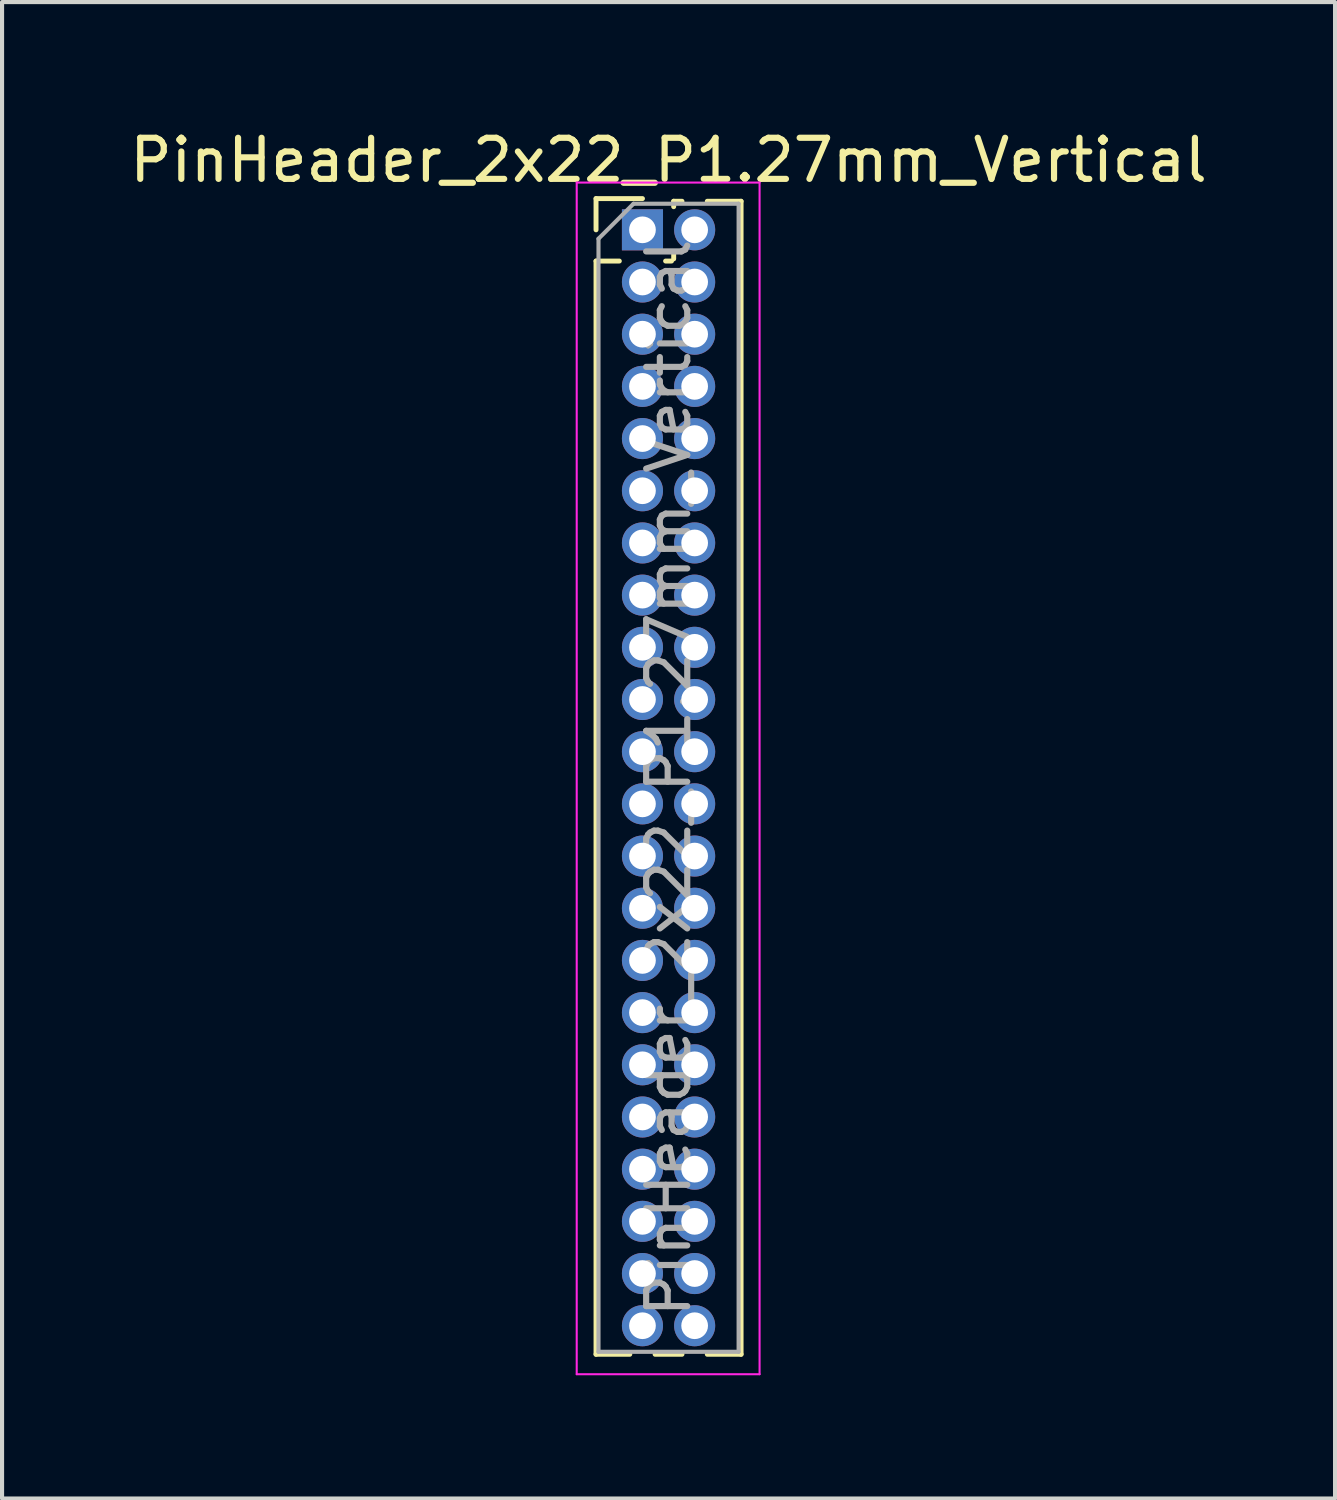
<source format=kicad_pcb>
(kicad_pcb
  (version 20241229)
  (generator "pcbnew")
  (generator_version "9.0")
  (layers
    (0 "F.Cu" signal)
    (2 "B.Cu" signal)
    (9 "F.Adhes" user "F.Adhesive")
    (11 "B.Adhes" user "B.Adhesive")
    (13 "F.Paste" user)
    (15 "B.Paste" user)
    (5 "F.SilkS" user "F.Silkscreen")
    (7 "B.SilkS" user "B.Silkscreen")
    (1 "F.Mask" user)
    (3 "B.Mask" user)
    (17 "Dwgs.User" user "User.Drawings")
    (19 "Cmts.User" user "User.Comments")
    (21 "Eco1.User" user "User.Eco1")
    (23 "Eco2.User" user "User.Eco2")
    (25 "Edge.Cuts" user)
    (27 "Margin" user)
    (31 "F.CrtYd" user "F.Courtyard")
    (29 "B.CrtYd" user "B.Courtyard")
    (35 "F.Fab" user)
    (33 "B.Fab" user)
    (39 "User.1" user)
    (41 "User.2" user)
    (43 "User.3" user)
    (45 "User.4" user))
  (footprint "PinHeader_2x22_P1.27mm_Vertical"
    (layer "F.Cu")
    (at 12.585 2.543)
    (property "Reference" "PinHeader_2x22_P1.27mm_Vertical" (at 0.635 -1.695 0) (layer "F.SilkS") (effects (font (size 1 1) (thickness 0.15))))
    (attr through_hole)
    (fp_line (start -1.13 -0.76) (end 0 -0.76) (stroke (width 0.12) (type solid)) (layer "F.SilkS"))
    (fp_line (start -1.13 0) (end -1.13 -0.76) (stroke (width 0.12) (type solid)) (layer "F.SilkS"))
    (fp_line (start -1.13 0.76) (end -1.13 27.365) (stroke (width 0.12) (type solid)) (layer "F.SilkS"))
    (fp_line (start -1.13 0.76) (end -0.563 0.76) (stroke (width 0.12) (type solid)) (layer "F.SilkS"))
    (fp_line (start -1.13 27.365) (end -0.308 27.365) (stroke (width 0.12) (type solid)) (layer "F.SilkS"))
    (fp_line (start 0.308 27.365) (end 0.962 27.365) (stroke (width 0.12) (type solid)) (layer "F.SilkS"))
    (fp_line (start 0.563 0.76) (end 0.707 0.76) (stroke (width 0.12) (type solid)) (layer "F.SilkS"))
    (fp_line (start 0.76 -0.695) (end 0.962 -0.695) (stroke (width 0.12) (type solid)) (layer "F.SilkS"))
    (fp_line (start 0.76 -0.563) (end 0.76 -0.695) (stroke (width 0.12) (type solid)) (layer "F.SilkS"))
    (fp_line (start 0.76 0.707) (end 0.76 0.563) (stroke (width 0.12) (type solid)) (layer "F.SilkS"))
    (fp_line (start 1.578 -0.695) (end 2.4 -0.695) (stroke (width 0.12) (type solid)) (layer "F.SilkS"))
    (fp_line (start 1.578 27.365) (end 2.4 27.365) (stroke (width 0.12) (type solid)) (layer "F.SilkS"))
    (fp_line (start 2.4 -0.695) (end 2.4 27.365) (stroke (width 0.12) (type solid)) (layer "F.SilkS"))
    (fp_line (start -1.6 -1.15) (end -1.6 27.85) (stroke (width 0.05) (type solid)) (layer "F.CrtYd"))
    (fp_line (start -1.6 27.85) (end 2.85 27.85) (stroke (width 0.05) (type solid)) (layer "F.CrtYd"))
    (fp_line (start 2.85 -1.15) (end -1.6 -1.15) (stroke (width 0.05) (type solid)) (layer "F.CrtYd"))
    (fp_line (start 2.85 27.85) (end 2.85 -1.15) (stroke (width 0.05) (type solid)) (layer "F.CrtYd"))
    (fp_line (start -1.07 0.217) (end -0.217 -0.635) (stroke (width 0.1) (type solid)) (layer "F.Fab"))
    (fp_line (start -1.07 27.305) (end -1.07 0.217) (stroke (width 0.1) (type solid)) (layer "F.Fab"))
    (fp_line (start -0.217 -0.635) (end 2.34 -0.635) (stroke (width 0.1) (type solid)) (layer "F.Fab"))
    (fp_line (start 2.34 -0.635) (end 2.34 27.305) (stroke (width 0.1) (type solid)) (layer "F.Fab"))
    (fp_line (start 2.34 27.305) (end -1.07 27.305) (stroke (width 0.1) (type solid)) (layer "F.Fab"))
    (fp_text user "${REFERENCE}" (at 0.635 13.335 90) (layer "F.Fab") (effects (font (size 1 1) (thickness 0.15))))
    (pad "1" thru_hole rect (at 0 0) (size 1 1) (drill 0.65) (layers "*.Cu" "*.Mask"))
    (pad "2" thru_hole oval (at 1.27 0) (size 1 1) (drill 0.65) (layers "*.Cu" "*.Mask"))
    (pad "3" thru_hole oval (at 0 1.27) (size 1 1) (drill 0.65) (layers "*.Cu" "*.Mask"))
    (pad "4" thru_hole oval (at 1.27 1.27) (size 1 1) (drill 0.65) (layers "*.Cu" "*.Mask"))
    (pad "5" thru_hole oval (at 0 2.54) (size 1 1) (drill 0.65) (layers "*.Cu" "*.Mask"))
    (pad "6" thru_hole oval (at 1.27 2.54) (size 1 1) (drill 0.65) (layers "*.Cu" "*.Mask"))
    (pad "7" thru_hole oval (at 0 3.81) (size 1 1) (drill 0.65) (layers "*.Cu" "*.Mask"))
    (pad "8" thru_hole oval (at 1.27 3.81) (size 1 1) (drill 0.65) (layers "*.Cu" "*.Mask"))
    (pad "9" thru_hole oval (at 0 5.08) (size 1 1) (drill 0.65) (layers "*.Cu" "*.Mask"))
    (pad "10" thru_hole oval (at 1.27 5.08) (size 1 1) (drill 0.65) (layers "*.Cu" "*.Mask"))
    (pad "11" thru_hole oval (at 0 6.35) (size 1 1) (drill 0.65) (layers "*.Cu" "*.Mask"))
    (pad "12" thru_hole oval (at 1.27 6.35) (size 1 1) (drill 0.65) (layers "*.Cu" "*.Mask"))
    (pad "13" thru_hole oval (at 0 7.62) (size 1 1) (drill 0.65) (layers "*.Cu" "*.Mask"))
    (pad "14" thru_hole oval (at 1.27 7.62) (size 1 1) (drill 0.65) (layers "*.Cu" "*.Mask"))
    (pad "15" thru_hole oval (at 0 8.89) (size 1 1) (drill 0.65) (layers "*.Cu" "*.Mask"))
    (pad "16" thru_hole oval (at 1.27 8.89) (size 1 1) (drill 0.65) (layers "*.Cu" "*.Mask"))
    (pad "17" thru_hole oval (at 0 10.16) (size 1 1) (drill 0.65) (layers "*.Cu" "*.Mask"))
    (pad "18" thru_hole oval (at 1.27 10.16) (size 1 1) (drill 0.65) (layers "*.Cu" "*.Mask"))
    (pad "19" thru_hole oval (at 0 11.43) (size 1 1) (drill 0.65) (layers "*.Cu" "*.Mask"))
    (pad "20" thru_hole oval (at 1.27 11.43) (size 1 1) (drill 0.65) (layers "*.Cu" "*.Mask"))
    (pad "21" thru_hole oval (at 0 12.7) (size 1 1) (drill 0.65) (layers "*.Cu" "*.Mask"))
    (pad "22" thru_hole oval (at 1.27 12.7) (size 1 1) (drill 0.65) (layers "*.Cu" "*.Mask"))
    (pad "23" thru_hole oval (at 0 13.97) (size 1 1) (drill 0.65) (layers "*.Cu" "*.Mask"))
    (pad "24" thru_hole oval (at 1.27 13.97) (size 1 1) (drill 0.65) (layers "*.Cu" "*.Mask"))
    (pad "25" thru_hole oval (at 0 15.24) (size 1 1) (drill 0.65) (layers "*.Cu" "*.Mask"))
    (pad "26" thru_hole oval (at 1.27 15.24) (size 1 1) (drill 0.65) (layers "*.Cu" "*.Mask"))
    (pad "27" thru_hole oval (at 0 16.51) (size 1 1) (drill 0.65) (layers "*.Cu" "*.Mask"))
    (pad "28" thru_hole oval (at 1.27 16.51) (size 1 1) (drill 0.65) (layers "*.Cu" "*.Mask"))
    (pad "29" thru_hole oval (at 0 17.78) (size 1 1) (drill 0.65) (layers "*.Cu" "*.Mask"))
    (pad "30" thru_hole oval (at 1.27 17.78) (size 1 1) (drill 0.65) (layers "*.Cu" "*.Mask"))
    (pad "31" thru_hole oval (at 0 19.05) (size 1 1) (drill 0.65) (layers "*.Cu" "*.Mask"))
    (pad "32" thru_hole oval (at 1.27 19.05) (size 1 1) (drill 0.65) (layers "*.Cu" "*.Mask"))
    (pad "33" thru_hole oval (at 0 20.32) (size 1 1) (drill 0.65) (layers "*.Cu" "*.Mask"))
    (pad "34" thru_hole oval (at 1.27 20.32) (size 1 1) (drill 0.65) (layers "*.Cu" "*.Mask"))
    (pad "35" thru_hole oval (at 0 21.59) (size 1 1) (drill 0.65) (layers "*.Cu" "*.Mask"))
    (pad "36" thru_hole oval (at 1.27 21.59) (size 1 1) (drill 0.65) (layers "*.Cu" "*.Mask"))
    (pad "37" thru_hole oval (at 0 22.86) (size 1 1) (drill 0.65) (layers "*.Cu" "*.Mask"))
    (pad "38" thru_hole oval (at 1.27 22.86) (size 1 1) (drill 0.65) (layers "*.Cu" "*.Mask"))
    (pad "39" thru_hole oval (at 0 24.13) (size 1 1) (drill 0.65) (layers "*.Cu" "*.Mask"))
    (pad "40" thru_hole oval (at 1.27 24.13) (size 1 1) (drill 0.65) (layers "*.Cu" "*.Mask"))
    (pad "41" thru_hole oval (at 0 25.4) (size 1 1) (drill 0.65) (layers "*.Cu" "*.Mask"))
    (pad "42" thru_hole oval (at 1.27 25.4) (size 1 1) (drill 0.65) (layers "*.Cu" "*.Mask"))
    (pad "43" thru_hole oval (at 0 26.67) (size 1 1) (drill 0.65) (layers "*.Cu" "*.Mask"))
    (pad "44" thru_hole oval (at 1.27 26.67) (size 1 1) (drill 0.65) (layers "*.Cu" "*.Mask")))
  (gr_rect
    (start -3 -3)
    (end 29.44 33.418)
    (stroke (width 0.1) (type default))
    (fill no)
    (layer "Edge.Cuts")))
</source>
